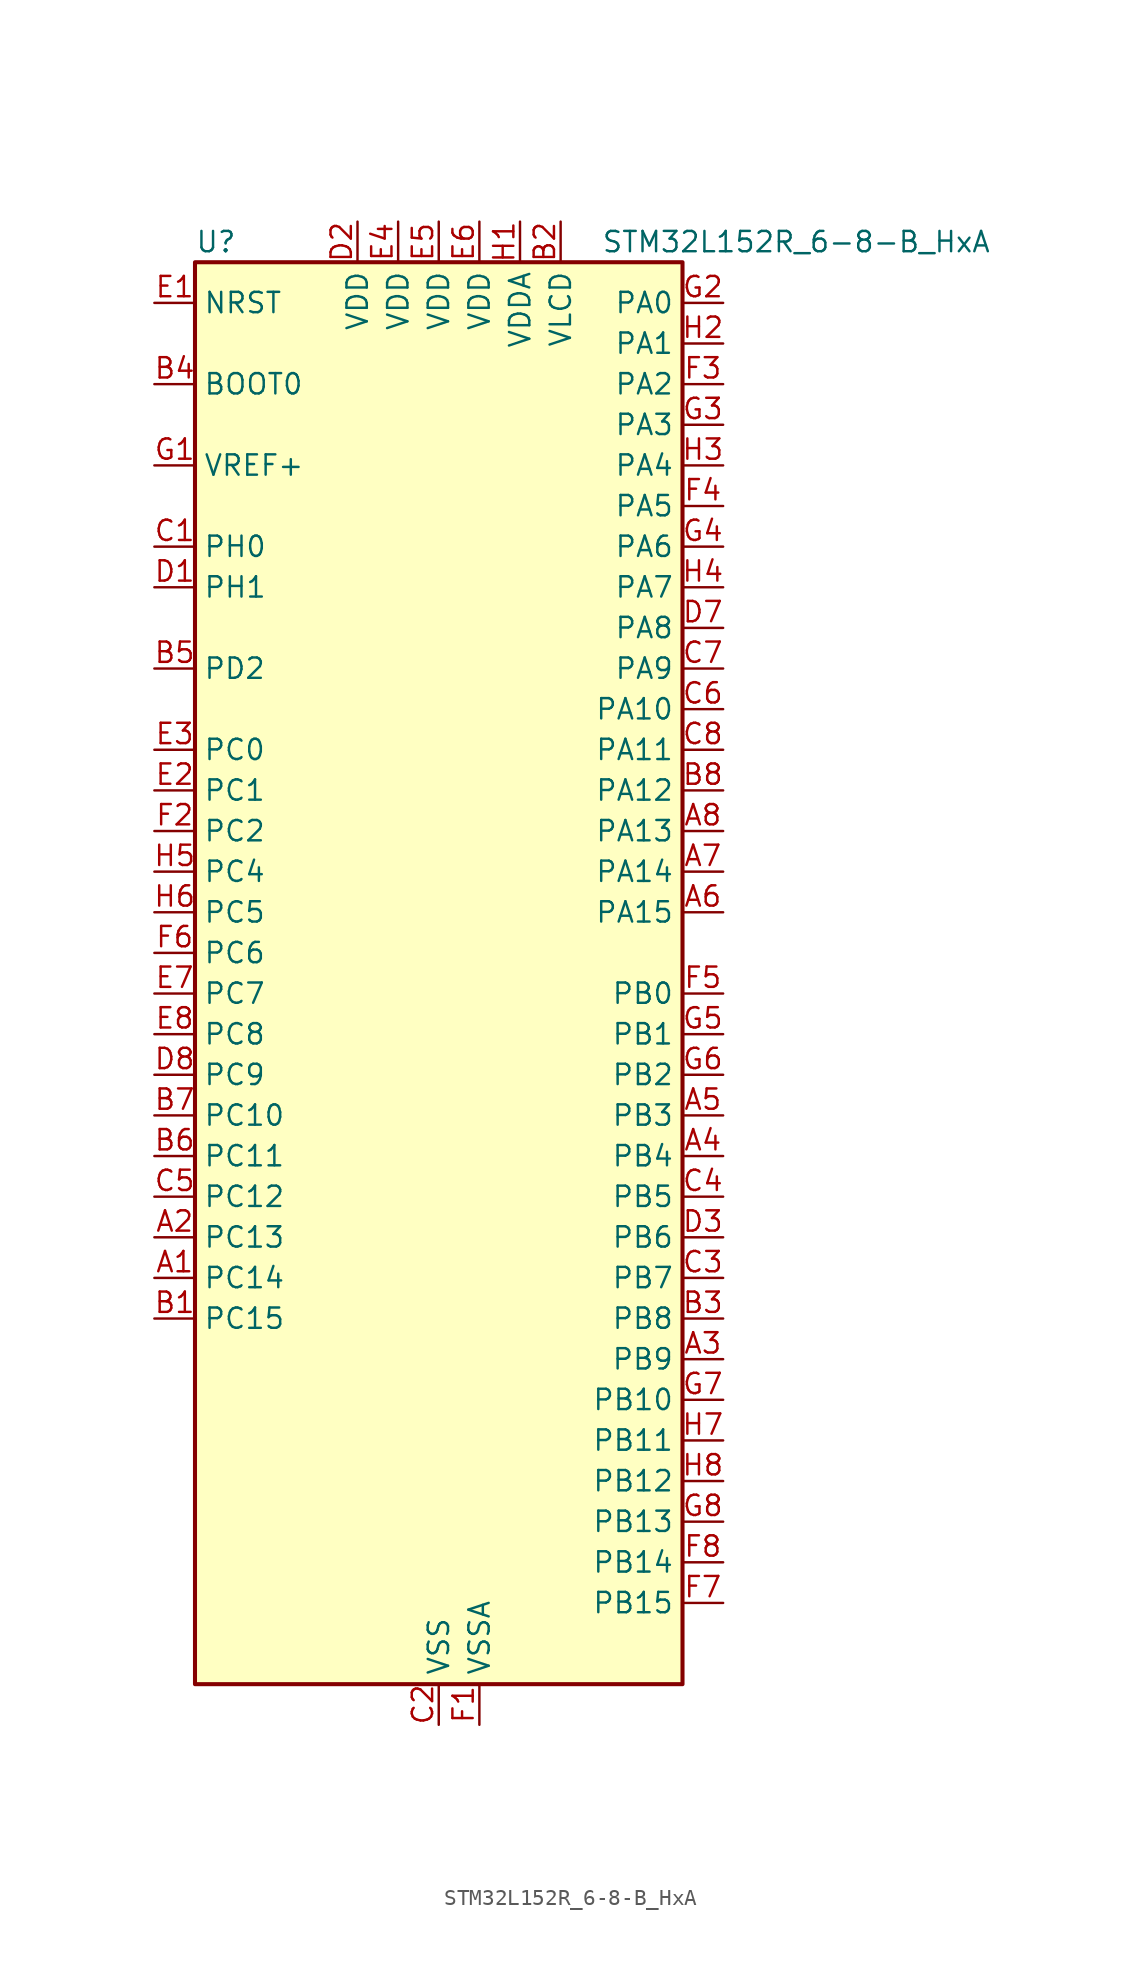
<source format=kicad_sym>
(kicad_symbol_lib
  (version 20231120)
  (generator "kicad_symbol_editor")
  (generator_version "8.0")
  (symbol "STM32L152R_6-8-B_HxA"
    (property "Reference" "U"
      (at -15.24 46.99 0)
      (effects (font (size 1.27 1.27)) (justify left)))
    (property "Value" "STM32L152R_6-8-B_HxA"
      (at 10.16 46.99 0)
      (effects (font (size 1.27 1.27)) (justify left)))
    (property "ki_locked" ""
      (at 0 0 0)
      (effects (font (size 1.27 1.27))))
    (symbol "STM32L152R_6-8-B_HxA_0_1"
      (rectangle (start -15.24 -43.18) (end 15.24 45.72) (stroke (width 0.254) (type default)) (fill (type background))))
    (symbol "STM32L152R_6-8-B_HxA_1_1"
      (pin bidirectional line (at -17.78 -17.78 0) (length 2.54) (name "PC14" (effects (font (size 1.27 1.27)))) (number "A1" (effects (font (size 1.27 1.27)))) (alternate "RCC_OSC32_IN" bidirectional line) (alternate "TIMX_IC3" bidirectional line))
      (pin bidirectional line (at -17.78 -15.24 0) (length 2.54) (name "PC13" (effects (font (size 1.27 1.27)))) (number "A2" (effects (font (size 1.27 1.27)))) (alternate "RTC_OUT_ALARM" bidirectional line) (alternate "RTC_OUT_CALIB" bidirectional line) (alternate "RTC_TAMP1" bidirectional line) (alternate "RTC_TS" bidirectional line) (alternate "SYS_WKUP2" bidirectional line) (alternate "TIMX_IC2" bidirectional line))
      (pin bidirectional line (at 17.78 -22.86 180) (length 2.54) (name "PB9" (effects (font (size 1.27 1.27)))) (number "A3" (effects (font (size 1.27 1.27)))) (alternate "DAC_EXTI9" bidirectional line) (alternate "I2C1_SDA" bidirectional line) (alternate "LCD_COM3" bidirectional line) (alternate "TIM11_CH1" bidirectional line) (alternate "TIM4_CH4" bidirectional line))
      (pin bidirectional line (at 17.78 -10.16 180) (length 2.54) (name "PB4" (effects (font (size 1.27 1.27)))) (number "A4" (effects (font (size 1.27 1.27)))) (alternate "COMP2_INP" bidirectional line) (alternate "LCD_SEG8" bidirectional line) (alternate "SPI1_MISO" bidirectional line) (alternate "SYS_JTRST" bidirectional line) (alternate "TIM3_CH1" bidirectional line) (alternate "TS_G6_IO1" bidirectional line))
      (pin bidirectional line (at 17.78 -7.62 180) (length 2.54) (name "PB3" (effects (font (size 1.27 1.27)))) (number "A5" (effects (font (size 1.27 1.27)))) (alternate "COMP2_INM" bidirectional line) (alternate "LCD_SEG7" bidirectional line) (alternate "SPI1_SCK" bidirectional line) (alternate "SYS_JTDO-TRACESWO" bidirectional line) (alternate "TIM2_CH2" bidirectional line))
      (pin bidirectional line (at 17.78 5.08 180) (length 2.54) (name "PA15" (effects (font (size 1.27 1.27)))) (number "A6" (effects (font (size 1.27 1.27)))) (alternate "ADC_EXTI15" bidirectional line) (alternate "LCD_SEG17" bidirectional line) (alternate "SPI1_NSS" bidirectional line) (alternate "SYS_JTDI" bidirectional line) (alternate "TIM2_CH1" bidirectional line) (alternate "TIM2_ETR" bidirectional line) (alternate "TIMX_IC4" bidirectional line) (alternate "TS_G5_IO3" bidirectional line))
      (pin bidirectional line (at 17.78 7.62 180) (length 2.54) (name "PA14" (effects (font (size 1.27 1.27)))) (number "A7" (effects (font (size 1.27 1.27)))) (alternate "SYS_JTCK-SWCLK" bidirectional line) (alternate "TIMX_IC3" bidirectional line) (alternate "TS_G5_IO2" bidirectional line))
      (pin bidirectional line (at 17.78 10.16 180) (length 2.54) (name "PA13" (effects (font (size 1.27 1.27)))) (number "A8" (effects (font (size 1.27 1.27)))) (alternate "SYS_JTMS-SWDIO" bidirectional line) (alternate "TIMX_IC2" bidirectional line) (alternate "TS_G5_IO1" bidirectional line))
      (pin bidirectional line (at -17.78 -20.32 0) (length 2.54) (name "PC15" (effects (font (size 1.27 1.27)))) (number "B1" (effects (font (size 1.27 1.27)))) (alternate "ADC_EXTI15" bidirectional line) (alternate "RCC_OSC32_OUT" bidirectional line) (alternate "TIMX_IC4" bidirectional line))
      (pin power_in line (at 7.62 48.26 270) (length 2.54) (name "VLCD" (effects (font (size 1.27 1.27)))) (number "B2" (effects (font (size 1.27 1.27)))))
      (pin bidirectional line (at 17.78 -20.32 180) (length 2.54) (name "PB8" (effects (font (size 1.27 1.27)))) (number "B3" (effects (font (size 1.27 1.27)))) (alternate "I2C1_SCL" bidirectional line) (alternate "LCD_SEG16" bidirectional line) (alternate "TIM10_CH1" bidirectional line) (alternate "TIM4_CH3" bidirectional line))
      (pin input line (at -17.78 38.1 0) (length 2.54) (name "BOOT0" (effects (font (size 1.27 1.27)))) (number "B4" (effects (font (size 1.27 1.27)))))
      (pin bidirectional line (at -17.78 20.32 0) (length 2.54) (name "PD2" (effects (font (size 1.27 1.27)))) (number "B5" (effects (font (size 1.27 1.27)))) (alternate "LCD_COM7" bidirectional line) (alternate "LCD_SEG31" bidirectional line) (alternate "LCD_SEG43" bidirectional line) (alternate "TIM3_ETR" bidirectional line) (alternate "TIMX_IC3" bidirectional line))
      (pin bidirectional line (at -17.78 -10.16 0) (length 2.54) (name "PC11" (effects (font (size 1.27 1.27)))) (number "B6" (effects (font (size 1.27 1.27)))) (alternate "ADC_EXTI11" bidirectional line) (alternate "LCD_COM5" bidirectional line) (alternate "LCD_SEG29" bidirectional line) (alternate "LCD_SEG41" bidirectional line) (alternate "TIMX_IC4" bidirectional line) (alternate "USART3_RX" bidirectional line))
      (pin bidirectional line (at -17.78 -7.62 0) (length 2.54) (name "PC10" (effects (font (size 1.27 1.27)))) (number "B7" (effects (font (size 1.27 1.27)))) (alternate "LCD_COM4" bidirectional line) (alternate "LCD_SEG28" bidirectional line) (alternate "LCD_SEG40" bidirectional line) (alternate "TIMX_IC3" bidirectional line) (alternate "USART3_TX" bidirectional line))
      (pin bidirectional line (at 17.78 12.7 180) (length 2.54) (name "PA12" (effects (font (size 1.27 1.27)))) (number "B8" (effects (font (size 1.27 1.27)))) (alternate "SPI1_MOSI" bidirectional line) (alternate "TIMX_IC1" bidirectional line) (alternate "USART1_RTS" bidirectional line) (alternate "USB_DP" bidirectional line))
      (pin bidirectional line (at -17.78 27.94 0) (length 2.54) (name "PH0" (effects (font (size 1.27 1.27)))) (number "C1" (effects (font (size 1.27 1.27)))) (alternate "RCC_OSC_IN" bidirectional line))
      (pin power_in line (at 0 -45.72 90) (length 2.54) (name "VSS" (effects (font (size 1.27 1.27)))) (number "C2" (effects (font (size 1.27 1.27)))))
      (pin bidirectional line (at 17.78 -17.78 180) (length 2.54) (name "PB7" (effects (font (size 1.27 1.27)))) (number "C3" (effects (font (size 1.27 1.27)))) (alternate "I2C1_SDA" bidirectional line) (alternate "SYS_PVD_IN" bidirectional line) (alternate "TIM4_CH2" bidirectional line) (alternate "TS_G6_IO4" bidirectional line) (alternate "USART1_RX" bidirectional line))
      (pin bidirectional line (at 17.78 -12.7 180) (length 2.54) (name "PB5" (effects (font (size 1.27 1.27)))) (number "C4" (effects (font (size 1.27 1.27)))) (alternate "COMP2_INP" bidirectional line) (alternate "I2C1_SMBA" bidirectional line) (alternate "LCD_SEG9" bidirectional line) (alternate "SPI1_MOSI" bidirectional line) (alternate "TIM3_CH2" bidirectional line) (alternate "TS_G6_IO2" bidirectional line))
      (pin bidirectional line (at -17.78 -12.7 0) (length 2.54) (name "PC12" (effects (font (size 1.27 1.27)))) (number "C5" (effects (font (size 1.27 1.27)))) (alternate "LCD_COM6" bidirectional line) (alternate "LCD_SEG30" bidirectional line) (alternate "LCD_SEG42" bidirectional line) (alternate "TIMX_IC1" bidirectional line) (alternate "USART3_CK" bidirectional line))
      (pin bidirectional line (at 17.78 17.78 180) (length 2.54) (name "PA10" (effects (font (size 1.27 1.27)))) (number "C6" (effects (font (size 1.27 1.27)))) (alternate "LCD_COM2" bidirectional line) (alternate "TIMX_IC3" bidirectional line) (alternate "TS_G4_IO3" bidirectional line) (alternate "USART1_RX" bidirectional line))
      (pin bidirectional line (at 17.78 20.32 180) (length 2.54) (name "PA9" (effects (font (size 1.27 1.27)))) (number "C7" (effects (font (size 1.27 1.27)))) (alternate "DAC_EXTI9" bidirectional line) (alternate "LCD_COM1" bidirectional line) (alternate "TIMX_IC2" bidirectional line) (alternate "TS_G4_IO2" bidirectional line) (alternate "USART1_TX" bidirectional line))
      (pin bidirectional line (at 17.78 15.24 180) (length 2.54) (name "PA11" (effects (font (size 1.27 1.27)))) (number "C8" (effects (font (size 1.27 1.27)))) (alternate "ADC_EXTI11" bidirectional line) (alternate "SPI1_MISO" bidirectional line) (alternate "TIMX_IC4" bidirectional line) (alternate "USART1_CTS" bidirectional line) (alternate "USB_DM" bidirectional line))
      (pin bidirectional line (at -17.78 25.4 0) (length 2.54) (name "PH1" (effects (font (size 1.27 1.27)))) (number "D1" (effects (font (size 1.27 1.27)))) (alternate "RCC_OSC_OUT" bidirectional line))
      (pin power_in line (at -5.08 48.26 270) (length 2.54) (name "VDD" (effects (font (size 1.27 1.27)))) (number "D2" (effects (font (size 1.27 1.27)))))
      (pin bidirectional line (at 17.78 -15.24 180) (length 2.54) (name "PB6" (effects (font (size 1.27 1.27)))) (number "D3" (effects (font (size 1.27 1.27)))) (alternate "I2C1_SCL" bidirectional line) (alternate "TIM4_CH1" bidirectional line) (alternate "TS_G6_IO3" bidirectional line) (alternate "USART1_TX" bidirectional line))
      (pin passive line (at 0 -45.72 90) (length 2.54) hide (name "VSS" (effects (font (size 1.27 1.27)))) (number "D4" (effects (font (size 1.27 1.27)))))
      (pin passive line (at 0 -45.72 90) (length 2.54) hide (name "VSS" (effects (font (size 1.27 1.27)))) (number "D5" (effects (font (size 1.27 1.27)))))
      (pin passive line (at 0 -45.72 90) (length 2.54) hide (name "VSS" (effects (font (size 1.27 1.27)))) (number "D6" (effects (font (size 1.27 1.27)))))
      (pin bidirectional line (at 17.78 22.86 180) (length 2.54) (name "PA8" (effects (font (size 1.27 1.27)))) (number "D7" (effects (font (size 1.27 1.27)))) (alternate "LCD_COM0" bidirectional line) (alternate "RCC_MCO" bidirectional line) (alternate "TIMX_IC1" bidirectional line) (alternate "TS_G4_IO1" bidirectional line) (alternate "USART1_CK" bidirectional line))
      (pin bidirectional line (at -17.78 -5.08 0) (length 2.54) (name "PC9" (effects (font (size 1.27 1.27)))) (number "D8" (effects (font (size 1.27 1.27)))) (alternate "DAC_EXTI9" bidirectional line) (alternate "LCD_SEG27" bidirectional line) (alternate "TIM3_CH4" bidirectional line) (alternate "TIMX_IC2" bidirectional line) (alternate "TS_G10_IO4" bidirectional line))
      (pin input line (at -17.78 43.18 0) (length 2.54) (name "NRST" (effects (font (size 1.27 1.27)))) (number "E1" (effects (font (size 1.27 1.27)))))
      (pin bidirectional line (at -17.78 12.7 0) (length 2.54) (name "PC1" (effects (font (size 1.27 1.27)))) (number "E2" (effects (font (size 1.27 1.27)))) (alternate "ADC_IN11" bidirectional line) (alternate "COMP1_INP" bidirectional line) (alternate "LCD_SEG19" bidirectional line) (alternate "TIMX_IC2" bidirectional line) (alternate "TS_G8_IO2" bidirectional line))
      (pin bidirectional line (at -17.78 15.24 0) (length 2.54) (name "PC0" (effects (font (size 1.27 1.27)))) (number "E3" (effects (font (size 1.27 1.27)))) (alternate "ADC_IN10" bidirectional line) (alternate "COMP1_INP" bidirectional line) (alternate "LCD_SEG18" bidirectional line) (alternate "TIMX_IC1" bidirectional line) (alternate "TS_G8_IO1" bidirectional line))
      (pin power_in line (at -2.54 48.26 270) (length 2.54) (name "VDD" (effects (font (size 1.27 1.27)))) (number "E4" (effects (font (size 1.27 1.27)))))
      (pin power_in line (at 0 48.26 270) (length 2.54) (name "VDD" (effects (font (size 1.27 1.27)))) (number "E5" (effects (font (size 1.27 1.27)))))
      (pin power_in line (at 2.54 48.26 270) (length 2.54) (name "VDD" (effects (font (size 1.27 1.27)))) (number "E6" (effects (font (size 1.27 1.27)))))
      (pin bidirectional line (at -17.78 0 0) (length 2.54) (name "PC7" (effects (font (size 1.27 1.27)))) (number "E7" (effects (font (size 1.27 1.27)))) (alternate "LCD_SEG25" bidirectional line) (alternate "TIM3_CH2" bidirectional line) (alternate "TIMX_IC4" bidirectional line) (alternate "TS_G10_IO2" bidirectional line))
      (pin bidirectional line (at -17.78 -2.54 0) (length 2.54) (name "PC8" (effects (font (size 1.27 1.27)))) (number "E8" (effects (font (size 1.27 1.27)))) (alternate "LCD_SEG26" bidirectional line) (alternate "TIM3_CH3" bidirectional line) (alternate "TIMX_IC1" bidirectional line) (alternate "TS_G10_IO3" bidirectional line))
      (pin power_in line (at 2.54 -45.72 90) (length 2.54) (name "VSSA" (effects (font (size 1.27 1.27)))) (number "F1" (effects (font (size 1.27 1.27)))))
      (pin bidirectional line (at -17.78 10.16 0) (length 2.54) (name "PC2" (effects (font (size 1.27 1.27)))) (number "F2" (effects (font (size 1.27 1.27)))) (alternate "ADC_IN12" bidirectional line) (alternate "COMP1_INP" bidirectional line) (alternate "LCD_SEG20" bidirectional line) (alternate "TIMX_IC3" bidirectional line) (alternate "TS_G8_IO3" bidirectional line))
      (pin bidirectional line (at 17.78 38.1 180) (length 2.54) (name "PA2" (effects (font (size 1.27 1.27)))) (number "F3" (effects (font (size 1.27 1.27)))) (alternate "ADC_IN2" bidirectional line) (alternate "COMP1_INP" bidirectional line) (alternate "LCD_SEG1" bidirectional line) (alternate "TIM2_CH3" bidirectional line) (alternate "TIM9_CH1" bidirectional line) (alternate "TIMX_IC3" bidirectional line) (alternate "TS_G1_IO3" bidirectional line) (alternate "USART2_TX" bidirectional line))
      (pin bidirectional line (at 17.78 30.48 180) (length 2.54) (name "PA5" (effects (font (size 1.27 1.27)))) (number "F4" (effects (font (size 1.27 1.27)))) (alternate "ADC_IN5" bidirectional line) (alternate "COMP1_INP" bidirectional line) (alternate "DAC_OUT2" bidirectional line) (alternate "SPI1_SCK" bidirectional line) (alternate "TIM2_CH1" bidirectional line) (alternate "TIM2_ETR" bidirectional line) (alternate "TIMX_IC2" bidirectional line))
      (pin bidirectional line (at 17.78 0 180) (length 2.54) (name "PB0" (effects (font (size 1.27 1.27)))) (number "F5" (effects (font (size 1.27 1.27)))) (alternate "ADC_IN8" bidirectional line) (alternate "COMP1_INP" bidirectional line) (alternate "LCD_SEG5" bidirectional line) (alternate "SYS_V_REF_OUT" bidirectional line) (alternate "TIM3_CH3" bidirectional line) (alternate "TS_G3_IO1" bidirectional line))
      (pin bidirectional line (at -17.78 2.54 0) (length 2.54) (name "PC6" (effects (font (size 1.27 1.27)))) (number "F6" (effects (font (size 1.27 1.27)))) (alternate "LCD_SEG24" bidirectional line) (alternate "TIM3_CH1" bidirectional line) (alternate "TIMX_IC3" bidirectional line) (alternate "TS_G10_IO1" bidirectional line))
      (pin bidirectional line (at 17.78 -38.1 180) (length 2.54) (name "PB15" (effects (font (size 1.27 1.27)))) (number "F7" (effects (font (size 1.27 1.27)))) (alternate "ADC_EXTI15" bidirectional line) (alternate "ADC_IN21" bidirectional line) (alternate "COMP1_INP" bidirectional line) (alternate "LCD_SEG15" bidirectional line) (alternate "RTC_REFIN" bidirectional line) (alternate "SPI2_MOSI" bidirectional line) (alternate "TIM11_CH1" bidirectional line) (alternate "TS_G7_IO4" bidirectional line))
      (pin bidirectional line (at 17.78 -35.56 180) (length 2.54) (name "PB14" (effects (font (size 1.27 1.27)))) (number "F8" (effects (font (size 1.27 1.27)))) (alternate "ADC_IN20" bidirectional line) (alternate "COMP1_INP" bidirectional line) (alternate "LCD_SEG14" bidirectional line) (alternate "SPI2_MISO" bidirectional line) (alternate "TIM9_CH2" bidirectional line) (alternate "TS_G7_IO3" bidirectional line) (alternate "USART3_RTS" bidirectional line))
      (pin input line (at -17.78 33.02 0) (length 2.54) (name "VREF+" (effects (font (size 1.27 1.27)))) (number "G1" (effects (font (size 1.27 1.27)))))
      (pin bidirectional line (at 17.78 43.18 180) (length 2.54) (name "PA0" (effects (font (size 1.27 1.27)))) (number "G2" (effects (font (size 1.27 1.27)))) (alternate "ADC_IN0" bidirectional line) (alternate "COMP1_INP" bidirectional line) (alternate "RTC_TAMP2" bidirectional line) (alternate "SYS_WKUP1" bidirectional line) (alternate "TIM2_CH1" bidirectional line) (alternate "TIM2_ETR" bidirectional line) (alternate "TIMX_IC1" bidirectional line) (alternate "TS_G1_IO1" bidirectional line) (alternate "USART2_CTS" bidirectional line))
      (pin bidirectional line (at 17.78 35.56 180) (length 2.54) (name "PA3" (effects (font (size 1.27 1.27)))) (number "G3" (effects (font (size 1.27 1.27)))) (alternate "ADC_IN3" bidirectional line) (alternate "COMP1_INP" bidirectional line) (alternate "LCD_SEG2" bidirectional line) (alternate "TIM2_CH4" bidirectional line) (alternate "TIM9_CH2" bidirectional line) (alternate "TIMX_IC4" bidirectional line) (alternate "TS_G1_IO4" bidirectional line) (alternate "USART2_RX" bidirectional line))
      (pin bidirectional line (at 17.78 27.94 180) (length 2.54) (name "PA6" (effects (font (size 1.27 1.27)))) (number "G4" (effects (font (size 1.27 1.27)))) (alternate "ADC_IN6" bidirectional line) (alternate "COMP1_INP" bidirectional line) (alternate "LCD_SEG3" bidirectional line) (alternate "SPI1_MISO" bidirectional line) (alternate "TIM10_CH1" bidirectional line) (alternate "TIM3_CH1" bidirectional line) (alternate "TIMX_IC3" bidirectional line) (alternate "TS_G2_IO1" bidirectional line))
      (pin bidirectional line (at 17.78 -2.54 180) (length 2.54) (name "PB1" (effects (font (size 1.27 1.27)))) (number "G5" (effects (font (size 1.27 1.27)))) (alternate "ADC_IN9" bidirectional line) (alternate "COMP1_INP" bidirectional line) (alternate "LCD_SEG6" bidirectional line) (alternate "SYS_V_REF_OUT" bidirectional line) (alternate "TIM3_CH4" bidirectional line) (alternate "TS_G3_IO2" bidirectional line))
      (pin bidirectional line (at 17.78 -5.08 180) (length 2.54) (name "PB2" (effects (font (size 1.27 1.27)))) (number "G6" (effects (font (size 1.27 1.27)))) (alternate "TS_G3_IO3" bidirectional line))
      (pin bidirectional line (at 17.78 -25.4 180) (length 2.54) (name "PB10" (effects (font (size 1.27 1.27)))) (number "G7" (effects (font (size 1.27 1.27)))) (alternate "I2C2_SCL" bidirectional line) (alternate "LCD_SEG10" bidirectional line) (alternate "TIM2_CH3" bidirectional line) (alternate "USART3_TX" bidirectional line))
      (pin bidirectional line (at 17.78 -33.02 180) (length 2.54) (name "PB13" (effects (font (size 1.27 1.27)))) (number "G8" (effects (font (size 1.27 1.27)))) (alternate "ADC_IN19" bidirectional line) (alternate "COMP1_INP" bidirectional line) (alternate "LCD_SEG13" bidirectional line) (alternate "SPI2_SCK" bidirectional line) (alternate "TIM9_CH1" bidirectional line) (alternate "TS_G7_IO2" bidirectional line) (alternate "USART3_CTS" bidirectional line))
      (pin power_in line (at 5.08 48.26 270) (length 2.54) (name "VDDA" (effects (font (size 1.27 1.27)))) (number "H1" (effects (font (size 1.27 1.27)))))
      (pin bidirectional line (at 17.78 40.64 180) (length 2.54) (name "PA1" (effects (font (size 1.27 1.27)))) (number "H2" (effects (font (size 1.27 1.27)))) (alternate "ADC_IN1" bidirectional line) (alternate "COMP1_INP" bidirectional line) (alternate "LCD_SEG0" bidirectional line) (alternate "TIM2_CH2" bidirectional line) (alternate "TIMX_IC2" bidirectional line) (alternate "TS_G1_IO2" bidirectional line) (alternate "USART2_RTS" bidirectional line))
      (pin bidirectional line (at 17.78 33.02 180) (length 2.54) (name "PA4" (effects (font (size 1.27 1.27)))) (number "H3" (effects (font (size 1.27 1.27)))) (alternate "ADC_IN4" bidirectional line) (alternate "COMP1_INP" bidirectional line) (alternate "DAC_OUT1" bidirectional line) (alternate "SPI1_NSS" bidirectional line) (alternate "TIMX_IC1" bidirectional line) (alternate "USART2_CK" bidirectional line))
      (pin bidirectional line (at 17.78 25.4 180) (length 2.54) (name "PA7" (effects (font (size 1.27 1.27)))) (number "H4" (effects (font (size 1.27 1.27)))) (alternate "ADC_IN7" bidirectional line) (alternate "COMP1_INP" bidirectional line) (alternate "LCD_SEG4" bidirectional line) (alternate "SPI1_MOSI" bidirectional line) (alternate "TIM11_CH1" bidirectional line) (alternate "TIM3_CH2" bidirectional line) (alternate "TIMX_IC4" bidirectional line) (alternate "TS_G2_IO2" bidirectional line))
      (pin bidirectional line (at -17.78 7.62 0) (length 2.54) (name "PC4" (effects (font (size 1.27 1.27)))) (number "H5" (effects (font (size 1.27 1.27)))) (alternate "ADC_IN14" bidirectional line) (alternate "COMP1_INP" bidirectional line) (alternate "LCD_SEG22" bidirectional line) (alternate "TIMX_IC1" bidirectional line) (alternate "TS_G9_IO1" bidirectional line))
      (pin bidirectional line (at -17.78 5.08 0) (length 2.54) (name "PC5" (effects (font (size 1.27 1.27)))) (number "H6" (effects (font (size 1.27 1.27)))) (alternate "ADC_IN15" bidirectional line) (alternate "COMP1_INP" bidirectional line) (alternate "LCD_SEG23" bidirectional line) (alternate "TIMX_IC2" bidirectional line) (alternate "TS_G9_IO2" bidirectional line))
      (pin bidirectional line (at 17.78 -27.94 180) (length 2.54) (name "PB11" (effects (font (size 1.27 1.27)))) (number "H7" (effects (font (size 1.27 1.27)))) (alternate "ADC_EXTI11" bidirectional line) (alternate "I2C2_SDA" bidirectional line) (alternate "LCD_SEG11" bidirectional line) (alternate "TIM2_CH4" bidirectional line) (alternate "USART3_RX" bidirectional line))
      (pin bidirectional line (at 17.78 -30.48 180) (length 2.54) (name "PB12" (effects (font (size 1.27 1.27)))) (number "H8" (effects (font (size 1.27 1.27)))) (alternate "ADC_IN18" bidirectional line) (alternate "COMP1_INP" bidirectional line) (alternate "I2C2_SMBA" bidirectional line) (alternate "LCD_SEG12" bidirectional line) (alternate "SPI2_NSS" bidirectional line) (alternate "TIM10_CH1" bidirectional line) (alternate "TS_G7_IO1" bidirectional line) (alternate "USART3_CK" bidirectional line)))))
</source>
